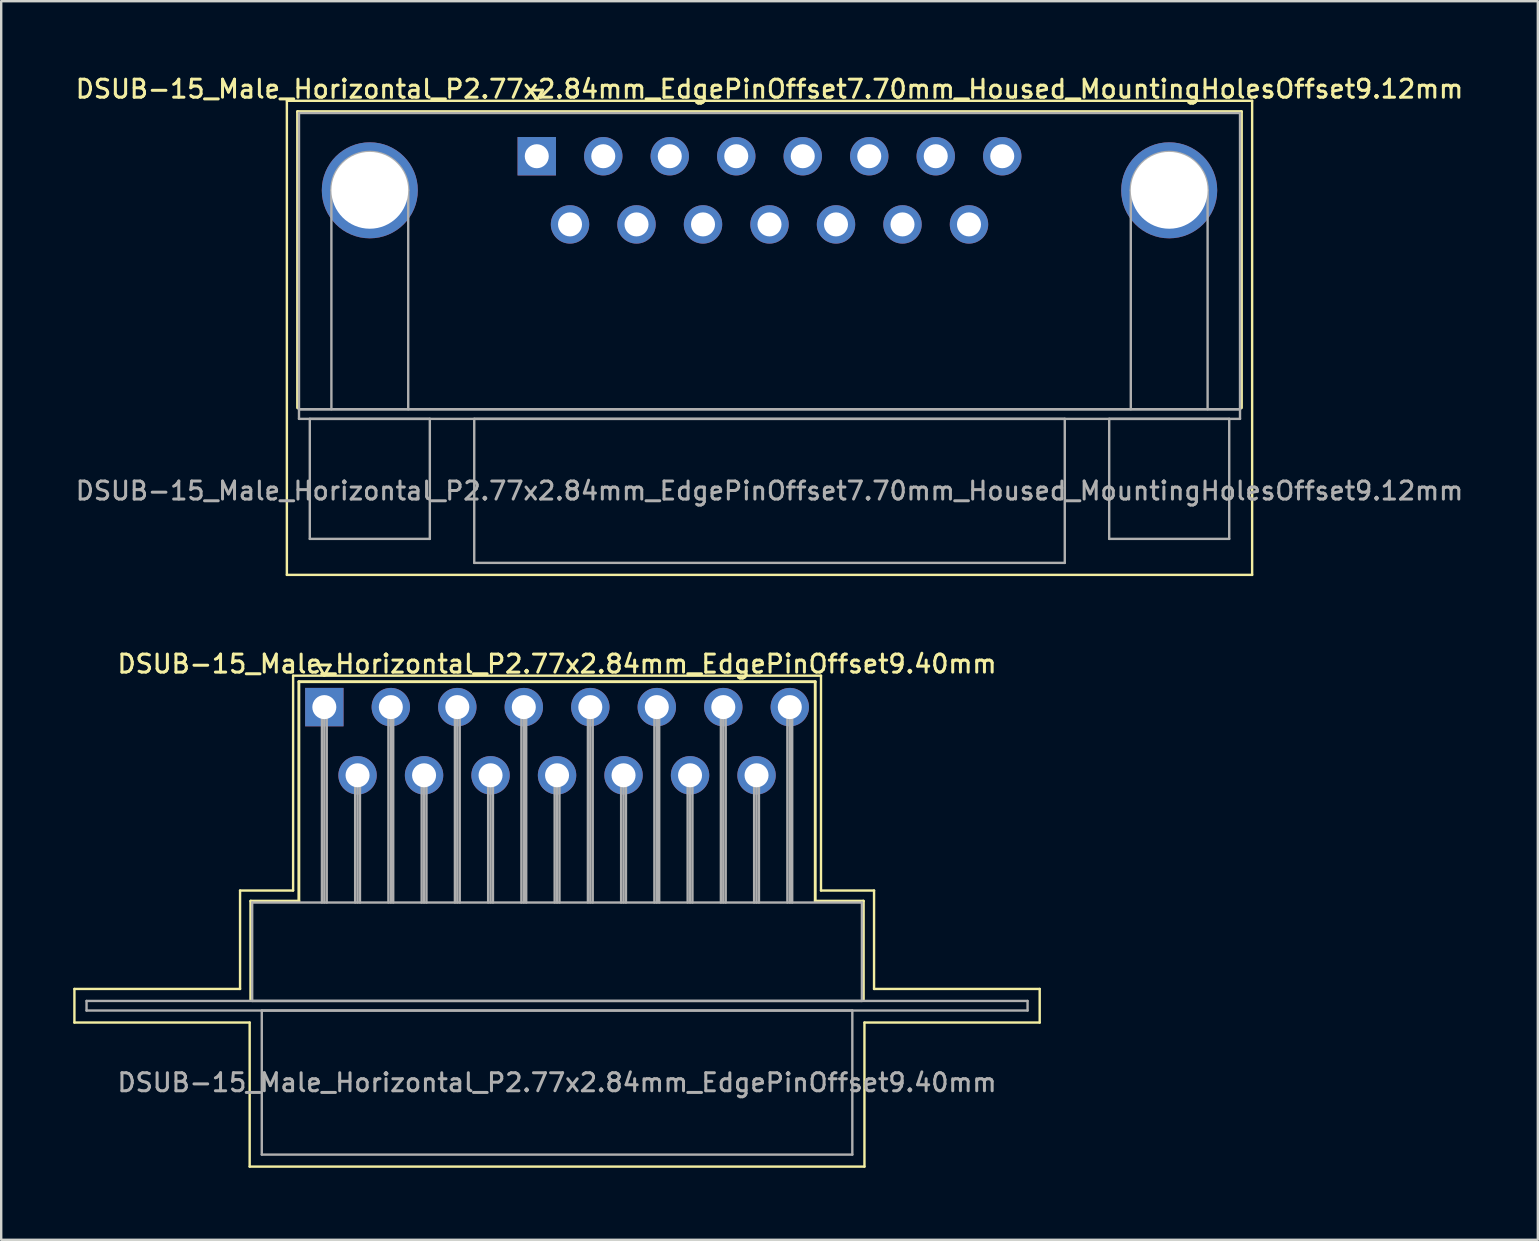
<source format=kicad_pcb>
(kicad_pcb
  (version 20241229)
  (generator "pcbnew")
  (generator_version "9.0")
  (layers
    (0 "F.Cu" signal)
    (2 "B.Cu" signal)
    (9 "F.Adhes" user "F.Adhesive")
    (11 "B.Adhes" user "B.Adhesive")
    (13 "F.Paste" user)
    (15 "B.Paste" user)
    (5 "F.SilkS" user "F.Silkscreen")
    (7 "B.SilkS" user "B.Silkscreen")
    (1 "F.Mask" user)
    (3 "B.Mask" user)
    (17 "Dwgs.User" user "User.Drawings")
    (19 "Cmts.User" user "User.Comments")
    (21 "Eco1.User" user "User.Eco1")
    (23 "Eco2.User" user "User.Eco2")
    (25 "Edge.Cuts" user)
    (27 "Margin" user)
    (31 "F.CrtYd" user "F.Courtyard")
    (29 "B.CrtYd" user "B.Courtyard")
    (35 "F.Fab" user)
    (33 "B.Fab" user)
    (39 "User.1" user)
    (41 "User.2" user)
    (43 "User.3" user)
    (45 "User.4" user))
  (footprint "DSUB-15_Male_Horizontal_P2.77x2.84mm_EdgePinOffset7.70mm_Housed_MountingHolesOffset9.12mm"
    (layer "F.Cu")
    (at 19.31 3.458)
    (property "Reference" "DSUB-15_Male_Horizontal_P2.77x2.84mm_EdgePinOffset7.70mm_Housed_MountingHolesOffset9.12mm" (at 9.695 -2.8 0) (layer "F.SilkS") (effects (font (size 0.75 0.75) (thickness 0.125))))
    (attr through_hole)
    (fp_line (start -10.41 -2.31) (end -10.41 17.44) (stroke (width 0.1) (type solid)) (layer "F.SilkS"))
    (fp_line (start -10.41 17.44) (end 29.8 17.44) (stroke (width 0.1) (type solid)) (layer "F.SilkS"))
    (fp_line (start -9.965 -1.86) (end 29.355 -1.86) (stroke (width 0.12) (type solid)) (layer "F.SilkS"))
    (fp_line (start -9.965 10.48) (end -9.965 -1.86) (stroke (width 0.12) (type solid)) (layer "F.SilkS"))
    (fp_line (start -0.25 -2.754) (end 0.25 -2.754) (stroke (width 0.12) (type solid)) (layer "F.SilkS"))
    (fp_line (start 0 -2.321) (end -0.25 -2.754) (stroke (width 0.12) (type solid)) (layer "F.SilkS"))
    (fp_line (start 0.25 -2.754) (end 0 -2.321) (stroke (width 0.12) (type solid)) (layer "F.SilkS"))
    (fp_line (start 29.355 -1.86) (end 29.355 10.48) (stroke (width 0.12) (type solid)) (layer "F.SilkS"))
    (fp_line (start 29.8 -2.31) (end -10.41 -2.31) (stroke (width 0.1) (type solid)) (layer "F.SilkS"))
    (fp_line (start 29.8 17.44) (end 29.8 -2.31) (stroke (width 0.1) (type solid)) (layer "F.SilkS"))
    (fp_line (start -9.905 -1.8) (end -9.905 10.54) (stroke (width 0.1) (type solid)) (layer "F.Fab"))
    (fp_line (start -9.905 10.54) (end -9.905 10.94) (stroke (width 0.1) (type solid)) (layer "F.Fab"))
    (fp_line (start -9.905 10.54) (end 29.295 10.54) (stroke (width 0.1) (type solid)) (layer "F.Fab"))
    (fp_line (start -9.905 10.94) (end 29.295 10.94) (stroke (width 0.1) (type solid)) (layer "F.Fab"))
    (fp_line (start -9.455 10.94) (end -9.455 15.94) (stroke (width 0.1) (type solid)) (layer "F.Fab"))
    (fp_line (start -9.455 15.94) (end -4.455 15.94) (stroke (width 0.1) (type solid)) (layer "F.Fab"))
    (fp_line (start -8.555 10.54) (end -8.555 1.42) (stroke (width 0.1) (type solid)) (layer "F.Fab"))
    (fp_line (start -5.355 10.54) (end -5.355 1.42) (stroke (width 0.1) (type solid)) (layer "F.Fab"))
    (fp_line (start -4.455 10.94) (end -9.455 10.94) (stroke (width 0.1) (type solid)) (layer "F.Fab"))
    (fp_line (start -4.455 15.94) (end -4.455 10.94) (stroke (width 0.1) (type solid)) (layer "F.Fab"))
    (fp_line (start -2.605 10.94) (end -2.605 16.94) (stroke (width 0.1) (type solid)) (layer "F.Fab"))
    (fp_line (start -2.605 16.94) (end 21.995 16.94) (stroke (width 0.1) (type solid)) (layer "F.Fab"))
    (fp_line (start 21.995 10.94) (end -2.605 10.94) (stroke (width 0.1) (type solid)) (layer "F.Fab"))
    (fp_line (start 21.995 16.94) (end 21.995 10.94) (stroke (width 0.1) (type solid)) (layer "F.Fab"))
    (fp_line (start 23.845 10.94) (end 23.845 15.94) (stroke (width 0.1) (type solid)) (layer "F.Fab"))
    (fp_line (start 23.845 15.94) (end 28.845 15.94) (stroke (width 0.1) (type solid)) (layer "F.Fab"))
    (fp_line (start 24.745 10.54) (end 24.745 1.42) (stroke (width 0.1) (type solid)) (layer "F.Fab"))
    (fp_line (start 27.945 10.54) (end 27.945 1.42) (stroke (width 0.1) (type solid)) (layer "F.Fab"))
    (fp_line (start 28.845 10.94) (end 23.845 10.94) (stroke (width 0.1) (type solid)) (layer "F.Fab"))
    (fp_line (start 28.845 15.94) (end 28.845 10.94) (stroke (width 0.1) (type solid)) (layer "F.Fab"))
    (fp_line (start 29.295 -1.8) (end -9.905 -1.8) (stroke (width 0.1) (type solid)) (layer "F.Fab"))
    (fp_line (start 29.295 10.54) (end -9.905 10.54) (stroke (width 0.1) (type solid)) (layer "F.Fab"))
    (fp_line (start 29.295 10.54) (end 29.295 -1.8) (stroke (width 0.1) (type solid)) (layer "F.Fab"))
    (fp_line (start 29.295 10.94) (end 29.295 10.54) (stroke (width 0.1) (type solid)) (layer "F.Fab"))
    (fp_arc (start -8.555 1.42) (mid -6.955 -0.18) (end -5.355 1.42) (stroke (width 0.1) (type solid)) (layer "F.Fab"))
    (fp_arc (start 24.745 1.42) (mid 26.345 -0.18) (end 27.945 1.42) (stroke (width 0.1) (type solid)) (layer "F.Fab"))
    (fp_text user "${REFERENCE}" (at 9.695 13.94 0) (layer "F.Fab") (effects (font (size 0.75 0.75) (thickness 0.125))))
    (pad "0" thru_hole circle (at -6.955 1.42) (size 4 4) (drill 3.2) (layers "*.Cu" "*.Mask"))
    (pad "0" thru_hole circle (at 26.345 1.42) (size 4 4) (drill 3.2) (layers "*.Cu" "*.Mask"))
    (pad "1" thru_hole rect (at 0 0) (size 1.6 1.6) (drill 1) (layers "*.Cu" "*.Mask"))
    (pad "2" thru_hole circle (at 2.77 0) (size 1.6 1.6) (drill 1) (layers "*.Cu" "*.Mask"))
    (pad "3" thru_hole circle (at 5.54 0) (size 1.6 1.6) (drill 1) (layers "*.Cu" "*.Mask"))
    (pad "4" thru_hole circle (at 8.31 0) (size 1.6 1.6) (drill 1) (layers "*.Cu" "*.Mask"))
    (pad "5" thru_hole circle (at 11.08 0) (size 1.6 1.6) (drill 1) (layers "*.Cu" "*.Mask"))
    (pad "6" thru_hole circle (at 13.85 0) (size 1.6 1.6) (drill 1) (layers "*.Cu" "*.Mask"))
    (pad "7" thru_hole circle (at 16.62 0) (size 1.6 1.6) (drill 1) (layers "*.Cu" "*.Mask"))
    (pad "8" thru_hole circle (at 19.39 0) (size 1.6 1.6) (drill 1) (layers "*.Cu" "*.Mask"))
    (pad "9" thru_hole circle (at 1.385 2.84) (size 1.6 1.6) (drill 1) (layers "*.Cu" "*.Mask"))
    (pad "10" thru_hole circle (at 4.155 2.84) (size 1.6 1.6) (drill 1) (layers "*.Cu" "*.Mask"))
    (pad "11" thru_hole circle (at 6.925 2.84) (size 1.6 1.6) (drill 1) (layers "*.Cu" "*.Mask"))
    (pad "12" thru_hole circle (at 9.695 2.84) (size 1.6 1.6) (drill 1) (layers "*.Cu" "*.Mask"))
    (pad "13" thru_hole circle (at 12.465 2.84) (size 1.6 1.6) (drill 1) (layers "*.Cu" "*.Mask"))
    (pad "14" thru_hole circle (at 15.235 2.84) (size 1.6 1.6) (drill 1) (layers "*.Cu" "*.Mask"))
    (pad "15" thru_hole circle (at 18.005 2.84) (size 1.6 1.6) (drill 1) (layers "*.Cu" "*.Mask")))
  (footprint "DSUB-15_Male_Horizontal_P2.77x2.84mm_EdgePinOffset9.40mm"
    (layer "F.Cu")
    (at 10.46 26.406)
    (property "Reference" "DSUB-15_Male_Horizontal_P2.77x2.84mm_EdgePinOffset9.40mm" (at 9.695 -1.8 0) (layer "F.SilkS") (effects (font (size 0.75 0.75) (thickness 0.125))))
    (attr through_hole)
    (fp_line (start -10.41 11.74) (end -3.51 11.74) (stroke (width 0.1) (type solid)) (layer "F.SilkS"))
    (fp_line (start -10.41 13.14) (end -10.41 11.74) (stroke (width 0.1) (type solid)) (layer "F.SilkS"))
    (fp_line (start -3.51 7.64) (end -1.3 7.64) (stroke (width 0.1) (type solid)) (layer "F.SilkS"))
    (fp_line (start -3.51 11.74) (end -3.51 7.64) (stroke (width 0.1) (type solid)) (layer "F.SilkS"))
    (fp_line (start -3.11 13.14) (end -10.41 13.14) (stroke (width 0.1) (type solid)) (layer "F.SilkS"))
    (fp_line (start -3.11 19.14) (end -3.11 13.14) (stroke (width 0.1) (type solid)) (layer "F.SilkS"))
    (fp_line (start -3.065 8.08) (end -1.06 8.08) (stroke (width 0.12) (type solid)) (layer "F.SilkS"))
    (fp_line (start -3.065 12.18) (end -3.065 8.08) (stroke (width 0.12) (type solid)) (layer "F.SilkS"))
    (fp_line (start -1.3 -1.31) (end 20.69 -1.31) (stroke (width 0.1) (type solid)) (layer "F.SilkS"))
    (fp_line (start -1.3 7.64) (end -1.3 -1.31) (stroke (width 0.1) (type solid)) (layer "F.SilkS"))
    (fp_line (start -1.06 -1.06) (end 20.45 -1.06) (stroke (width 0.12) (type solid)) (layer "F.SilkS"))
    (fp_line (start -1.06 8.08) (end -1.06 -1.06) (stroke (width 0.12) (type solid)) (layer "F.SilkS"))
    (fp_line (start -0.25 -1.754) (end 0.25 -1.754) (stroke (width 0.12) (type solid)) (layer "F.SilkS"))
    (fp_line (start 0 -1.321) (end -0.25 -1.754) (stroke (width 0.12) (type solid)) (layer "F.SilkS"))
    (fp_line (start 0.25 -1.754) (end 0 -1.321) (stroke (width 0.12) (type solid)) (layer "F.SilkS"))
    (fp_line (start 20.45 -1.06) (end 20.45 8.08) (stroke (width 0.12) (type solid)) (layer "F.SilkS"))
    (fp_line (start 20.45 8.08) (end 22.455 8.08) (stroke (width 0.12) (type solid)) (layer "F.SilkS"))
    (fp_line (start 20.69 -1.31) (end 20.69 7.64) (stroke (width 0.1) (type solid)) (layer "F.SilkS"))
    (fp_line (start 20.69 7.64) (end 22.9 7.64) (stroke (width 0.1) (type solid)) (layer "F.SilkS"))
    (fp_line (start 22.455 8.08) (end 22.455 12.18) (stroke (width 0.12) (type solid)) (layer "F.SilkS"))
    (fp_line (start 22.5 13.14) (end 22.5 19.14) (stroke (width 0.1) (type solid)) (layer "F.SilkS"))
    (fp_line (start 22.5 19.14) (end -3.11 19.14) (stroke (width 0.1) (type solid)) (layer "F.SilkS"))
    (fp_line (start 22.9 7.64) (end 22.9 11.74) (stroke (width 0.1) (type solid)) (layer "F.SilkS"))
    (fp_line (start 22.9 11.74) (end 29.8 11.74) (stroke (width 0.1) (type solid)) (layer "F.SilkS"))
    (fp_line (start 29.8 11.74) (end 29.8 13.14) (stroke (width 0.1) (type solid)) (layer "F.SilkS"))
    (fp_line (start 29.8 13.14) (end 22.5 13.14) (stroke (width 0.1) (type solid)) (layer "F.SilkS"))
    (fp_line (start -9.905 12.24) (end -9.905 12.64) (stroke (width 0.1) (type solid)) (layer "F.Fab"))
    (fp_line (start -9.905 12.64) (end 29.295 12.64) (stroke (width 0.1) (type solid)) (layer "F.Fab"))
    (fp_line (start -3.005 8.14) (end -3.005 12.24) (stroke (width 0.1) (type solid)) (layer "F.Fab"))
    (fp_line (start -3.005 12.24) (end 22.395 12.24) (stroke (width 0.1) (type solid)) (layer "F.Fab"))
    (fp_line (start -2.605 12.64) (end -2.605 18.64) (stroke (width 0.1) (type solid)) (layer "F.Fab"))
    (fp_line (start -2.605 18.64) (end 21.995 18.64) (stroke (width 0.1) (type solid)) (layer "F.Fab"))
    (fp_line (start -0.1 0) (end -0.1 8.14) (stroke (width 0.1) (type solid)) (layer "F.Fab"))
    (fp_line (start 0 0) (end 0 8.14) (stroke (width 0.1) (type solid)) (layer "F.Fab"))
    (fp_line (start 0.1 0) (end 0.1 8.14) (stroke (width 0.1) (type solid)) (layer "F.Fab"))
    (fp_line (start 1.285 2.84) (end 1.285 8.14) (stroke (width 0.1) (type solid)) (layer "F.Fab"))
    (fp_line (start 1.385 2.84) (end 1.385 8.14) (stroke (width 0.1) (type solid)) (layer "F.Fab"))
    (fp_line (start 1.485 2.84) (end 1.485 8.14) (stroke (width 0.1) (type solid)) (layer "F.Fab"))
    (fp_line (start 2.67 0) (end 2.67 8.14) (stroke (width 0.1) (type solid)) (layer "F.Fab"))
    (fp_line (start 2.77 0) (end 2.77 8.14) (stroke (width 0.1) (type solid)) (layer "F.Fab"))
    (fp_line (start 2.87 0) (end 2.87 8.14) (stroke (width 0.1) (type solid)) (layer "F.Fab"))
    (fp_line (start 4.055 2.84) (end 4.055 8.14) (stroke (width 0.1) (type solid)) (layer "F.Fab"))
    (fp_line (start 4.155 2.84) (end 4.155 8.14) (stroke (width 0.1) (type solid)) (layer "F.Fab"))
    (fp_line (start 4.255 2.84) (end 4.255 8.14) (stroke (width 0.1) (type solid)) (layer "F.Fab"))
    (fp_line (start 5.44 0) (end 5.44 8.14) (stroke (width 0.1) (type solid)) (layer "F.Fab"))
    (fp_line (start 5.54 0) (end 5.54 8.14) (stroke (width 0.1) (type solid)) (layer "F.Fab"))
    (fp_line (start 5.64 0) (end 5.64 8.14) (stroke (width 0.1) (type solid)) (layer "F.Fab"))
    (fp_line (start 6.825 2.84) (end 6.825 8.14) (stroke (width 0.1) (type solid)) (layer "F.Fab"))
    (fp_line (start 6.925 2.84) (end 6.925 8.14) (stroke (width 0.1) (type solid)) (layer "F.Fab"))
    (fp_line (start 7.025 2.84) (end 7.025 8.14) (stroke (width 0.1) (type solid)) (layer "F.Fab"))
    (fp_line (start 8.21 0) (end 8.21 8.14) (stroke (width 0.1) (type solid)) (layer "F.Fab"))
    (fp_line (start 8.31 0) (end 8.31 8.14) (stroke (width 0.1) (type solid)) (layer "F.Fab"))
    (fp_line (start 8.41 0) (end 8.41 8.14) (stroke (width 0.1) (type solid)) (layer "F.Fab"))
    (fp_line (start 9.595 2.84) (end 9.595 8.14) (stroke (width 0.1) (type solid)) (layer "F.Fab"))
    (fp_line (start 9.695 2.84) (end 9.695 8.14) (stroke (width 0.1) (type solid)) (layer "F.Fab"))
    (fp_line (start 9.795 2.84) (end 9.795 8.14) (stroke (width 0.1) (type solid)) (layer "F.Fab"))
    (fp_line (start 10.98 0) (end 10.98 8.14) (stroke (width 0.1) (type solid)) (layer "F.Fab"))
    (fp_line (start 11.08 0) (end 11.08 8.14) (stroke (width 0.1) (type solid)) (layer "F.Fab"))
    (fp_line (start 11.18 0) (end 11.18 8.14) (stroke (width 0.1) (type solid)) (layer "F.Fab"))
    (fp_line (start 12.365 2.84) (end 12.365 8.14) (stroke (width 0.1) (type solid)) (layer "F.Fab"))
    (fp_line (start 12.465 2.84) (end 12.465 8.14) (stroke (width 0.1) (type solid)) (layer "F.Fab"))
    (fp_line (start 12.565 2.84) (end 12.565 8.14) (stroke (width 0.1) (type solid)) (layer "F.Fab"))
    (fp_line (start 13.75 0) (end 13.75 8.14) (stroke (width 0.1) (type solid)) (layer "F.Fab"))
    (fp_line (start 13.85 0) (end 13.85 8.14) (stroke (width 0.1) (type solid)) (layer "F.Fab"))
    (fp_line (start 13.95 0) (end 13.95 8.14) (stroke (width 0.1) (type solid)) (layer "F.Fab"))
    (fp_line (start 15.135 2.84) (end 15.135 8.14) (stroke (width 0.1) (type solid)) (layer "F.Fab"))
    (fp_line (start 15.235 2.84) (end 15.235 8.14) (stroke (width 0.1) (type solid)) (layer "F.Fab"))
    (fp_line (start 15.335 2.84) (end 15.335 8.14) (stroke (width 0.1) (type solid)) (layer "F.Fab"))
    (fp_line (start 16.52 0) (end 16.52 8.14) (stroke (width 0.1) (type solid)) (layer "F.Fab"))
    (fp_line (start 16.62 0) (end 16.62 8.14) (stroke (width 0.1) (type solid)) (layer "F.Fab"))
    (fp_line (start 16.72 0) (end 16.72 8.14) (stroke (width 0.1) (type solid)) (layer "F.Fab"))
    (fp_line (start 17.905 2.84) (end 17.905 8.14) (stroke (width 0.1) (type solid)) (layer "F.Fab"))
    (fp_line (start 18.005 2.84) (end 18.005 8.14) (stroke (width 0.1) (type solid)) (layer "F.Fab"))
    (fp_line (start 18.105 2.84) (end 18.105 8.14) (stroke (width 0.1) (type solid)) (layer "F.Fab"))
    (fp_line (start 19.29 0) (end 19.29 8.14) (stroke (width 0.1) (type solid)) (layer "F.Fab"))
    (fp_line (start 19.39 0) (end 19.39 8.14) (stroke (width 0.1) (type solid)) (layer "F.Fab"))
    (fp_line (start 19.49 0) (end 19.49 8.14) (stroke (width 0.1) (type solid)) (layer "F.Fab"))
    (fp_line (start 21.995 12.64) (end -2.605 12.64) (stroke (width 0.1) (type solid)) (layer "F.Fab"))
    (fp_line (start 21.995 18.64) (end 21.995 12.64) (stroke (width 0.1) (type solid)) (layer "F.Fab"))
    (fp_line (start 22.395 8.14) (end -3.005 8.14) (stroke (width 0.1) (type solid)) (layer "F.Fab"))
    (fp_line (start 22.395 12.24) (end 22.395 8.14) (stroke (width 0.1) (type solid)) (layer "F.Fab"))
    (fp_line (start 29.295 12.24) (end -9.905 12.24) (stroke (width 0.1) (type solid)) (layer "F.Fab"))
    (fp_line (start 29.295 12.64) (end 29.295 12.24) (stroke (width 0.1) (type solid)) (layer "F.Fab"))
    (fp_text user "${REFERENCE}" (at 9.695 15.64 0) (layer "F.Fab") (effects (font (size 0.75 0.75) (thickness 0.125))))
    (pad "1" thru_hole rect (at 0 0) (size 1.6 1.6) (drill 1) (layers "*.Cu" "*.Mask"))
    (pad "2" thru_hole circle (at 2.77 0) (size 1.6 1.6) (drill 1) (layers "*.Cu" "*.Mask"))
    (pad "3" thru_hole circle (at 5.54 0) (size 1.6 1.6) (drill 1) (layers "*.Cu" "*.Mask"))
    (pad "4" thru_hole circle (at 8.31 0) (size 1.6 1.6) (drill 1) (layers "*.Cu" "*.Mask"))
    (pad "5" thru_hole circle (at 11.08 0) (size 1.6 1.6) (drill 1) (layers "*.Cu" "*.Mask"))
    (pad "6" thru_hole circle (at 13.85 0) (size 1.6 1.6) (drill 1) (layers "*.Cu" "*.Mask"))
    (pad "7" thru_hole circle (at 16.62 0) (size 1.6 1.6) (drill 1) (layers "*.Cu" "*.Mask"))
    (pad "8" thru_hole circle (at 19.39 0) (size 1.6 1.6) (drill 1) (layers "*.Cu" "*.Mask"))
    (pad "9" thru_hole circle (at 1.385 2.84) (size 1.6 1.6) (drill 1) (layers "*.Cu" "*.Mask"))
    (pad "10" thru_hole circle (at 4.155 2.84) (size 1.6 1.6) (drill 1) (layers "*.Cu" "*.Mask"))
    (pad "11" thru_hole circle (at 6.925 2.84) (size 1.6 1.6) (drill 1) (layers "*.Cu" "*.Mask"))
    (pad "12" thru_hole circle (at 9.695 2.84) (size 1.6 1.6) (drill 1) (layers "*.Cu" "*.Mask"))
    (pad "13" thru_hole circle (at 12.465 2.84) (size 1.6 1.6) (drill 1) (layers "*.Cu" "*.Mask"))
    (pad "14" thru_hole circle (at 15.235 2.84) (size 1.6 1.6) (drill 1) (layers "*.Cu" "*.Mask"))
    (pad "15" thru_hole circle (at 18.005 2.84) (size 1.6 1.6) (drill 1) (layers "*.Cu" "*.Mask")))
  (gr_rect
    (start -3 -3)
    (end 61.011 48.596)
    (stroke (width 0.1) (type default))
    (fill no)
    (layer "Edge.Cuts")))
</source>
